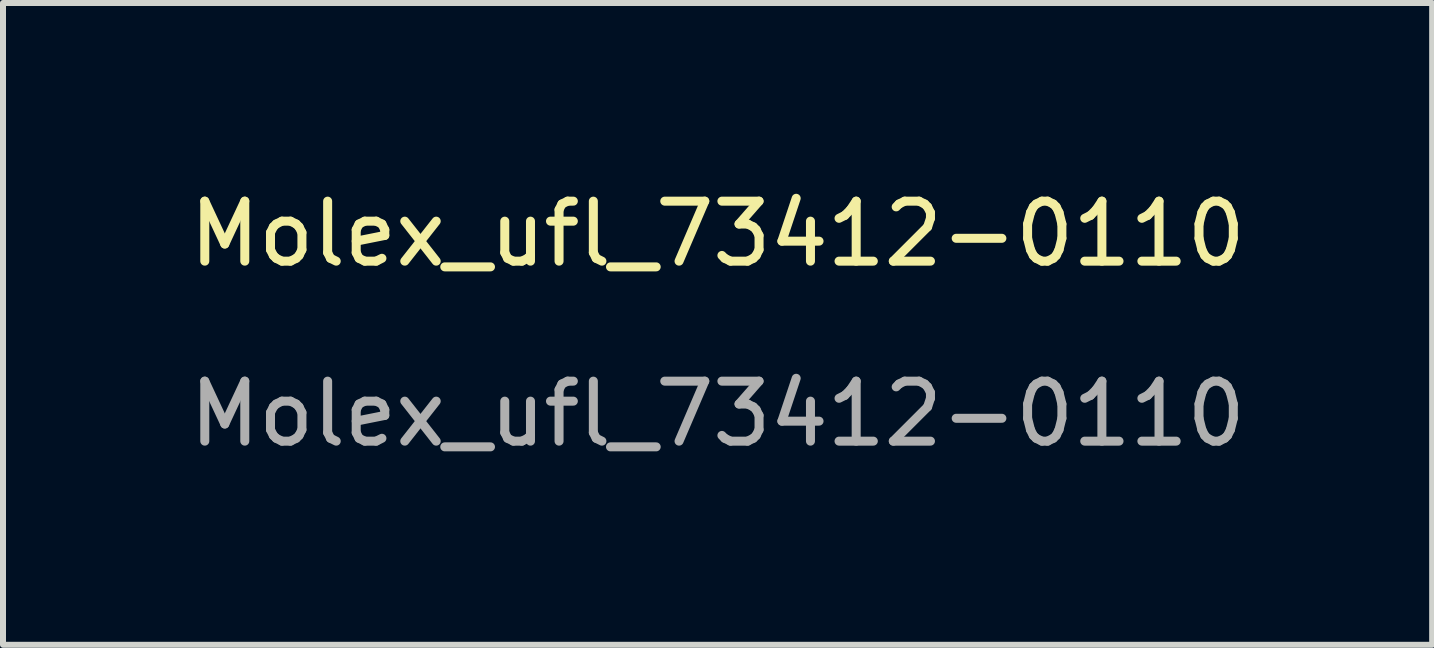
<source format=kicad_pcb>
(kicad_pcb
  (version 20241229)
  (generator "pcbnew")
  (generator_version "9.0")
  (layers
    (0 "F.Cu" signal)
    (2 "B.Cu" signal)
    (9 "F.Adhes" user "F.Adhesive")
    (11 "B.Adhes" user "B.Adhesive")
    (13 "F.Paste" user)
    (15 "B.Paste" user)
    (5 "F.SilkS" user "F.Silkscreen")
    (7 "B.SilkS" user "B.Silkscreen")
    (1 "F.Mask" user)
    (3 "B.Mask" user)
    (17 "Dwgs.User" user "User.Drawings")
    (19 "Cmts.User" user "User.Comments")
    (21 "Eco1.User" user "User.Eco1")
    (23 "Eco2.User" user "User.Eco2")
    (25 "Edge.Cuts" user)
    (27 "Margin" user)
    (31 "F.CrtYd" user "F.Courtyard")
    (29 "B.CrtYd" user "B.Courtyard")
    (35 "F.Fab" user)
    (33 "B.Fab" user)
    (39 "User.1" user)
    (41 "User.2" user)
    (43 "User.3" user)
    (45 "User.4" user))
  (footprint "Molex_ufl_73412-0110"
    (layer "F.Cu")
    (at 8.911 1.348)
    (property "Reference" "Molex_ufl_73412-0110" (at 0 -0.5 0) (unlocked yes) (layer "F.SilkS") (effects (font (size 1 1) (thickness 0.15))))
    (attr smd)
    (fp_text user "${REFERENCE}" (at 0 2.5 0) (unlocked yes) (layer "F.Fab") (effects (font (size 1 1) (thickness 0.15)))))
  (gr_rect
    (start -3 -3)
    (end 20.821 7.697)
    (stroke (width 0.1) (type default))
    (fill no)
    (layer "Edge.Cuts")))
</source>
